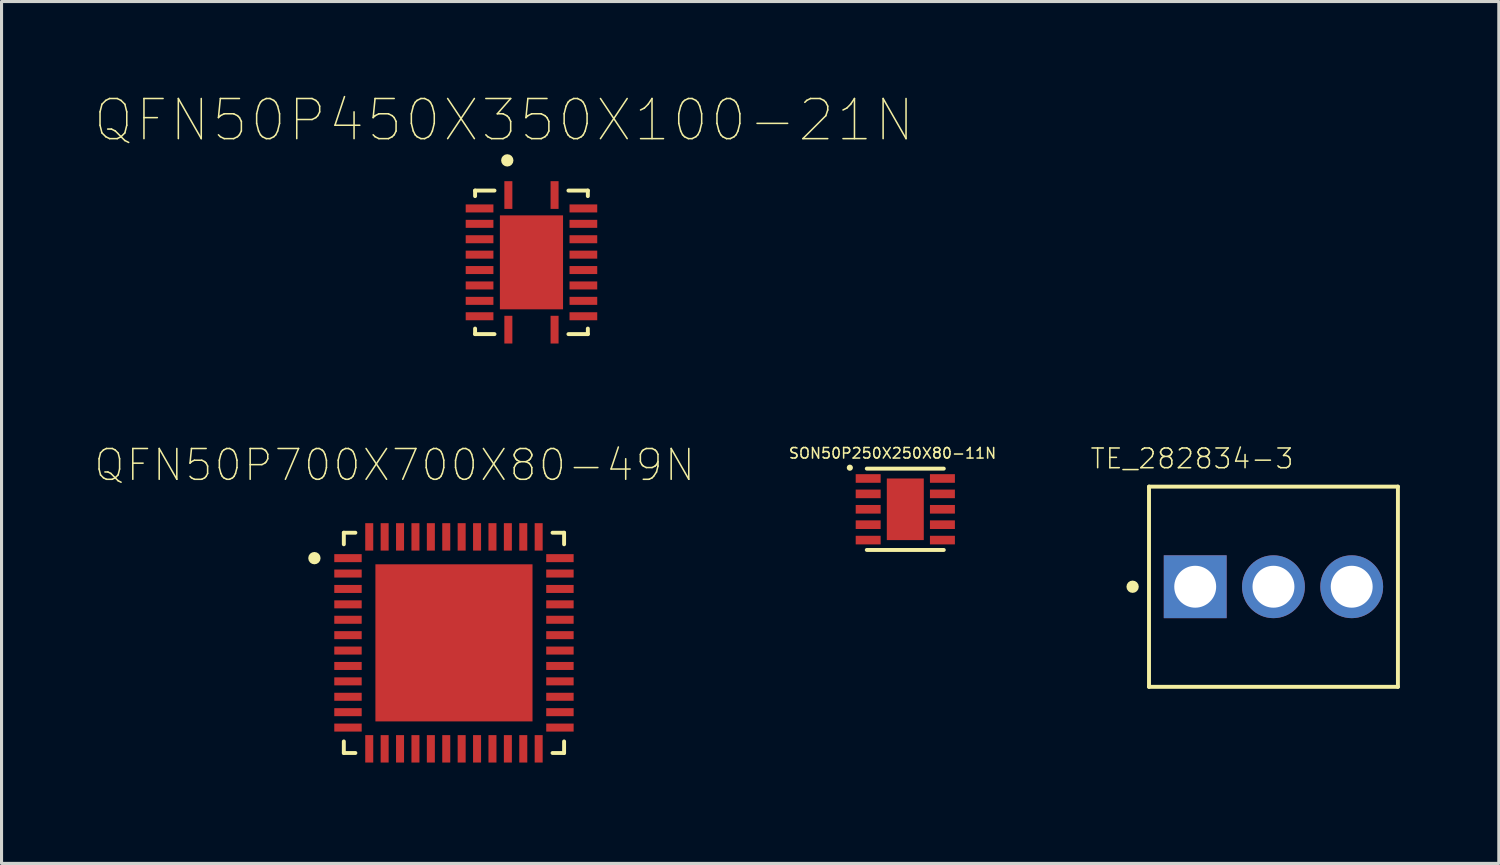
<source format=kicad_pcb>
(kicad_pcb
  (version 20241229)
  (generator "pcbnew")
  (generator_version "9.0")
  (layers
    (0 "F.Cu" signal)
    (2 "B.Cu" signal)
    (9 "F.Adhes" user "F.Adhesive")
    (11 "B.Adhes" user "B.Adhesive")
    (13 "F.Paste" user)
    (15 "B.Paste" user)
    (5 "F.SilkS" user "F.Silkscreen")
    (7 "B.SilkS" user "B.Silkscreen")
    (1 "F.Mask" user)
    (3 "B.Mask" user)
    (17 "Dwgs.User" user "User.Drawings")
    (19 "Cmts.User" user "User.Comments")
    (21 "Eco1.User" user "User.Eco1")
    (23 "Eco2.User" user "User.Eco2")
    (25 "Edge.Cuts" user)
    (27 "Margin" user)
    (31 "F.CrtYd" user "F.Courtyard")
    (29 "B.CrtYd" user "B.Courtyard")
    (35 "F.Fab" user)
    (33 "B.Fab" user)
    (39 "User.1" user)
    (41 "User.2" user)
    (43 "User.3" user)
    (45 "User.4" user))
  (footprint "QFN50P700X700X80-49N"
    (layer "F.Cu")
    (at 11.686 17.818)
    (property "Reference" "QFN50P700X700X80-49N" (at -1.925 -5.77 0) (layer "F.SilkS") (effects (font (size 1 1) (thickness 0.05))))
    (attr smd)
    (fp_line (start -3.575 -3.575) (end -3.575 -3.2) (stroke (width 0.127) (type solid)) (layer "F.SilkS"))
    (fp_line (start -3.575 -3.575) (end -3.2 -3.575) (stroke (width 0.127) (type solid)) (layer "F.SilkS"))
    (fp_line (start -3.575 3.575) (end -3.575 3.2) (stroke (width 0.127) (type solid)) (layer "F.SilkS"))
    (fp_line (start -3.575 3.575) (end -3.2 3.575) (stroke (width 0.127) (type solid)) (layer "F.SilkS"))
    (fp_line (start 3.575 -3.575) (end 3.2 -3.575) (stroke (width 0.127) (type solid)) (layer "F.SilkS"))
    (fp_line (start 3.575 -3.575) (end 3.575 -3.2) (stroke (width 0.127) (type solid)) (layer "F.SilkS"))
    (fp_line (start 3.575 3.575) (end 3.2 3.575) (stroke (width 0.127) (type solid)) (layer "F.SilkS"))
    (fp_line (start 3.575 3.575) (end 3.575 3.2) (stroke (width 0.127) (type solid)) (layer "F.SilkS"))
    (fp_circle (center -4.53 -2.75) (end -4.43 -2.75) (stroke (width 0.2) (type solid)) (fill no) (layer "F.SilkS"))
    (fp_poly (pts (xy -2.085 -2.085) (xy -0.465 -2.085) (xy -0.465 -0.465) (xy -2.085 -0.465)) (stroke (width 0) (type solid)) (fill yes) (layer "F.Paste"))
    (fp_poly (pts (xy -2.085 0.465) (xy -0.465 0.465) (xy -0.465 2.085) (xy -2.085 2.085)) (stroke (width 0) (type solid)) (fill yes) (layer "F.Paste"))
    (fp_poly (pts (xy 0.465 -2.085) (xy 2.085 -2.085) (xy 2.085 -0.465) (xy 0.465 -0.465)) (stroke (width 0) (type solid)) (fill yes) (layer "F.Paste"))
    (fp_poly (pts (xy 0.465 0.465) (xy 2.085 0.465) (xy 2.085 2.085) (xy 0.465 2.085)) (stroke (width 0) (type solid)) (fill yes) (layer "F.Paste"))
    (fp_line (start -4.135 -4.135) (end 4.135 -4.135) (stroke (width 0.05) (type solid)) (layer "Eco1.User"))
    (fp_line (start -4.135 4.135) (end -4.135 -4.135) (stroke (width 0.05) (type solid)) (layer "Eco1.User"))
    (fp_line (start -4.135 4.135) (end 4.135 4.135) (stroke (width 0.05) (type solid)) (layer "Eco1.User"))
    (fp_line (start 4.135 4.135) (end 4.135 -4.135) (stroke (width 0.05) (type solid)) (layer "Eco1.User"))
    (fp_line (start -3.575 3.575) (end -3.575 -3.575) (stroke (width 0.127) (type solid)) (layer "Eco2.User"))
    (fp_line (start 3.575 -3.575) (end -3.575 -3.575) (stroke (width 0.127) (type solid)) (layer "Eco2.User"))
    (fp_line (start 3.575 3.575) (end -3.575 3.575) (stroke (width 0.127) (type solid)) (layer "Eco2.User"))
    (fp_line (start 3.575 3.575) (end 3.575 -3.575) (stroke (width 0.127) (type solid)) (layer "Eco2.User"))
    (fp_circle (center -4.53 -2.75) (end -4.43 -2.75) (stroke (width 0.2) (type solid)) (fill no) (layer "Eco2.User"))
    (pad "1" smd rect (at -3.44 -2.75) (size 0.89 0.26) (layers "F.Cu" "F.Mask" "F.Paste"))
    (pad "2" smd rect (at -3.44 -2.25) (size 0.89 0.26) (layers "F.Cu" "F.Mask" "F.Paste"))
    (pad "3" smd rect (at -3.44 -1.75) (size 0.89 0.26) (layers "F.Cu" "F.Mask" "F.Paste"))
    (pad "4" smd rect (at -3.44 -1.25) (size 0.89 0.26) (layers "F.Cu" "F.Mask" "F.Paste"))
    (pad "5" smd rect (at -3.44 -0.75) (size 0.89 0.26) (layers "F.Cu" "F.Mask" "F.Paste"))
    (pad "6" smd rect (at -3.44 -0.25) (size 0.89 0.26) (layers "F.Cu" "F.Mask" "F.Paste"))
    (pad "7" smd rect (at -3.44 0.25) (size 0.89 0.26) (layers "F.Cu" "F.Mask" "F.Paste"))
    (pad "8" smd rect (at -3.44 0.75) (size 0.89 0.26) (layers "F.Cu" "F.Mask" "F.Paste"))
    (pad "9" smd rect (at -3.44 1.25) (size 0.89 0.26) (layers "F.Cu" "F.Mask" "F.Paste"))
    (pad "10" smd rect (at -3.44 1.75) (size 0.89 0.26) (layers "F.Cu" "F.Mask" "F.Paste"))
    (pad "11" smd rect (at -3.44 2.25) (size 0.89 0.26) (layers "F.Cu" "F.Mask" "F.Paste"))
    (pad "12" smd rect (at -3.44 2.75) (size 0.89 0.26) (layers "F.Cu" "F.Mask" "F.Paste"))
    (pad "13" smd rect (at -2.75 3.44 90) (size 0.89 0.26) (layers "F.Cu" "F.Mask" "F.Paste"))
    (pad "14" smd rect (at -2.25 3.44 90) (size 0.89 0.26) (layers "F.Cu" "F.Mask" "F.Paste"))
    (pad "15" smd rect (at -1.75 3.44 90) (size 0.89 0.26) (layers "F.Cu" "F.Mask" "F.Paste"))
    (pad "16" smd rect (at -1.25 3.44 90) (size 0.89 0.26) (layers "F.Cu" "F.Mask" "F.Paste"))
    (pad "17" smd rect (at -0.75 3.44 90) (size 0.89 0.26) (layers "F.Cu" "F.Mask" "F.Paste"))
    (pad "18" smd rect (at -0.25 3.44 90) (size 0.89 0.26) (layers "F.Cu" "F.Mask" "F.Paste"))
    (pad "19" smd rect (at 0.25 3.44 90) (size 0.89 0.26) (layers "F.Cu" "F.Mask" "F.Paste"))
    (pad "20" smd rect (at 0.75 3.44 90) (size 0.89 0.26) (layers "F.Cu" "F.Mask" "F.Paste"))
    (pad "21" smd rect (at 1.25 3.44 90) (size 0.89 0.26) (layers "F.Cu" "F.Mask" "F.Paste"))
    (pad "22" smd rect (at 1.75 3.44 90) (size 0.89 0.26) (layers "F.Cu" "F.Mask" "F.Paste"))
    (pad "23" smd rect (at 2.25 3.44 90) (size 0.89 0.26) (layers "F.Cu" "F.Mask" "F.Paste"))
    (pad "24" smd rect (at 2.75 3.44 90) (size 0.89 0.26) (layers "F.Cu" "F.Mask" "F.Paste"))
    (pad "25" smd rect (at 3.44 2.75) (size 0.89 0.26) (layers "F.Cu" "F.Mask" "F.Paste"))
    (pad "26" smd rect (at 3.44 2.25) (size 0.89 0.26) (layers "F.Cu" "F.Mask" "F.Paste"))
    (pad "27" smd rect (at 3.44 1.75) (size 0.89 0.26) (layers "F.Cu" "F.Mask" "F.Paste"))
    (pad "28" smd rect (at 3.44 1.25) (size 0.89 0.26) (layers "F.Cu" "F.Mask" "F.Paste"))
    (pad "29" smd rect (at 3.44 0.75) (size 0.89 0.26) (layers "F.Cu" "F.Mask" "F.Paste"))
    (pad "30" smd rect (at 3.44 0.25) (size 0.89 0.26) (layers "F.Cu" "F.Mask" "F.Paste"))
    (pad "31" smd rect (at 3.44 -0.25) (size 0.89 0.26) (layers "F.Cu" "F.Mask" "F.Paste"))
    (pad "32" smd rect (at 3.44 -0.75) (size 0.89 0.26) (layers "F.Cu" "F.Mask" "F.Paste"))
    (pad "33" smd rect (at 3.44 -1.25) (size 0.89 0.26) (layers "F.Cu" "F.Mask" "F.Paste"))
    (pad "34" smd rect (at 3.44 -1.75) (size 0.89 0.26) (layers "F.Cu" "F.Mask" "F.Paste"))
    (pad "35" smd rect (at 3.44 -2.25) (size 0.89 0.26) (layers "F.Cu" "F.Mask" "F.Paste"))
    (pad "36" smd rect (at 3.44 -2.75) (size 0.89 0.26) (layers "F.Cu" "F.Mask" "F.Paste"))
    (pad "37" smd rect (at 2.75 -3.44 90) (size 0.89 0.26) (layers "F.Cu" "F.Mask" "F.Paste"))
    (pad "38" smd rect (at 2.25 -3.44 90) (size 0.89 0.26) (layers "F.Cu" "F.Mask" "F.Paste"))
    (pad "39" smd rect (at 1.75 -3.44 90) (size 0.89 0.26) (layers "F.Cu" "F.Mask" "F.Paste"))
    (pad "40" smd rect (at 1.25 -3.44 90) (size 0.89 0.26) (layers "F.Cu" "F.Mask" "F.Paste"))
    (pad "41" smd rect (at 0.75 -3.44 90) (size 0.89 0.26) (layers "F.Cu" "F.Mask" "F.Paste"))
    (pad "42" smd rect (at 0.25 -3.44 90) (size 0.89 0.26) (layers "F.Cu" "F.Mask" "F.Paste"))
    (pad "43" smd rect (at -0.25 -3.44 90) (size 0.89 0.26) (layers "F.Cu" "F.Mask" "F.Paste"))
    (pad "44" smd rect (at -0.75 -3.44 90) (size 0.89 0.26) (layers "F.Cu" "F.Mask" "F.Paste"))
    (pad "45" smd rect (at -1.25 -3.44 90) (size 0.89 0.26) (layers "F.Cu" "F.Mask" "F.Paste"))
    (pad "46" smd rect (at -1.75 -3.44 90) (size 0.89 0.26) (layers "F.Cu" "F.Mask" "F.Paste"))
    (pad "47" smd rect (at -2.25 -3.44 90) (size 0.89 0.26) (layers "F.Cu" "F.Mask" "F.Paste"))
    (pad "48" smd rect (at -2.75 -3.44 90) (size 0.89 0.26) (layers "F.Cu" "F.Mask" "F.Paste"))
    (pad "49" smd rect (at 0 0) (size 5.1 5.1) (layers "F.Cu" "F.Mask" "F.Paste")))
  (footprint "TE_282834-3"
    (layer "F.Cu")
    (at 35.748 15.996)
    (property "Reference" "TE_282834-3" (at -0.104 -4.158 0) (layer "F.SilkS") (effects (font (size 0.64 0.64) (thickness 0.05))))
    (attr through_hole)
    (fp_line (start -1.5 -3.25) (end 6.58 -3.25) (stroke (width 0.127) (type solid)) (layer "F.SilkS"))
    (fp_line (start -1.5 3.25) (end -1.5 -3.25) (stroke (width 0.127) (type solid)) (layer "F.SilkS"))
    (fp_line (start 6.58 -3.25) (end 6.58 3.25) (stroke (width 0.127) (type solid)) (layer "F.SilkS"))
    (fp_line (start 6.58 3.25) (end -1.5 3.25) (stroke (width 0.127) (type solid)) (layer "F.SilkS"))
    (fp_circle (center -2.032 0) (end -1.932 0) (stroke (width 0.2) (type solid)) (fill no) (layer "F.SilkS"))
    (fp_line (start -1.75 -3.5) (end 6.83 -3.5) (stroke (width 0.05) (type solid)) (layer "Eco1.User"))
    (fp_line (start -1.75 3.5) (end -1.75 -3.5) (stroke (width 0.05) (type solid)) (layer "Eco1.User"))
    (fp_line (start 6.83 -3.5) (end 6.83 3.5) (stroke (width 0.05) (type solid)) (layer "Eco1.User"))
    (fp_line (start 6.83 3.5) (end -1.75 3.5) (stroke (width 0.05) (type solid)) (layer "Eco1.User"))
    (fp_line (start -1.5 -3.25) (end 6.58 -3.25) (stroke (width 0.127) (type solid)) (layer "Eco2.User"))
    (fp_line (start -1.5 3.25) (end -1.5 -3.25) (stroke (width 0.127) (type solid)) (layer "Eco2.User"))
    (fp_line (start 6.58 -3.25) (end 6.58 3.25) (stroke (width 0.127) (type solid)) (layer "Eco2.User"))
    (fp_line (start 6.58 3.25) (end -1.5 3.25) (stroke (width 0.127) (type solid)) (layer "Eco2.User"))
    (fp_circle (center -2.032 0) (end -1.932 0) (stroke (width 0.2) (type solid)) (fill no) (layer "Eco2.User"))
    (pad "1" thru_hole rect (at 0 0) (size 2.04 2.04) (drill 1.36) (layers "*.Cu" "*.Mask"))
    (pad "2" thru_hole circle (at 2.54 0) (size 2.04 2.04) (drill 1.36) (layers "*.Cu" "*.Mask"))
    (pad "3" thru_hole circle (at 5.08 0) (size 2.04 2.04) (drill 1.36) (layers "*.Cu" "*.Mask")))
  (footprint "QFN50P450X350X100-21N"
    (layer "F.Cu")
    (at 14.202 5.466)
    (property "Reference" "QFN50P450X350X100-21N" (at -0.892 -4.616 0) (layer "F.SilkS") (effects (font (size 1.302 1.302) (thickness 0.05))))
    (attr smd)
    (fp_line (start -1.83 -2.33) (end -1.83 -2.15) (stroke (width 0.127) (type solid)) (layer "F.SilkS"))
    (fp_line (start -1.83 2.33) (end -1.83 2.15) (stroke (width 0.127) (type solid)) (layer "F.SilkS"))
    (fp_line (start -1.2 -2.33) (end -1.83 -2.33) (stroke (width 0.127) (type solid)) (layer "F.SilkS"))
    (fp_line (start -1.2 2.33) (end -1.83 2.33) (stroke (width 0.127) (type solid)) (layer "F.SilkS"))
    (fp_line (start 1.2 -2.33) (end 1.83 -2.33) (stroke (width 0.127) (type solid)) (layer "F.SilkS"))
    (fp_line (start 1.2 2.33) (end 1.83 2.33) (stroke (width 0.127) (type solid)) (layer "F.SilkS"))
    (fp_line (start 1.83 -2.33) (end 1.83 -2.15) (stroke (width 0.127) (type solid)) (layer "F.SilkS"))
    (fp_line (start 1.83 2.33) (end 1.83 2.15) (stroke (width 0.127) (type solid)) (layer "F.SilkS"))
    (fp_circle (center -0.785 -3.31) (end -0.685 -3.31) (stroke (width 0.2) (type solid)) (fill no) (layer "F.SilkS"))
    (fp_poly (pts (xy -0.651 -0.96) (xy 0.65 -0.96) (xy 0.65 0.961) (xy -0.651 0.961)) (stroke (width 0) (type solid)) (fill yes) (layer "F.Paste"))
    (fp_line (start -2.385 -2.885) (end 2.385 -2.885) (stroke (width 0.05) (type solid)) (layer "Eco1.User"))
    (fp_line (start -2.385 2.885) (end -2.385 -2.885) (stroke (width 0.05) (type solid)) (layer "Eco1.User"))
    (fp_line (start -2.385 2.885) (end 2.385 2.885) (stroke (width 0.05) (type solid)) (layer "Eco1.User"))
    (fp_line (start 2.385 2.885) (end 2.385 -2.885) (stroke (width 0.05) (type solid)) (layer "Eco1.User"))
    (fp_line (start -1.83 2.33) (end -1.83 -2.33) (stroke (width 0.127) (type solid)) (layer "Eco2.User"))
    (fp_line (start 1.83 -2.33) (end -1.83 -2.33) (stroke (width 0.127) (type solid)) (layer "Eco2.User"))
    (fp_line (start 1.83 2.33) (end -1.83 2.33) (stroke (width 0.127) (type solid)) (layer "Eco2.User"))
    (fp_line (start 1.83 2.33) (end 1.83 -2.33) (stroke (width 0.127) (type solid)) (layer "Eco2.User"))
    (fp_circle (center -0.785 -1.91) (end -0.685 -1.91) (stroke (width 0.2) (type solid)) (fill no) (layer "Eco2.User"))
    (pad "1" smd rect (at -0.75 -2.185 270) (size 0.9 0.26) (layers "F.Cu" "F.Mask" "F.Paste"))
    (pad "2" smd rect (at -1.685 -1.75) (size 0.9 0.26) (layers "F.Cu" "F.Mask" "F.Paste"))
    (pad "3" smd rect (at -1.685 -1.25) (size 0.9 0.26) (layers "F.Cu" "F.Mask" "F.Paste"))
    (pad "4" smd rect (at -1.685 -0.75) (size 0.9 0.26) (layers "F.Cu" "F.Mask" "F.Paste"))
    (pad "5" smd rect (at -1.685 -0.25) (size 0.9 0.26) (layers "F.Cu" "F.Mask" "F.Paste"))
    (pad "6" smd rect (at -1.685 0.25) (size 0.9 0.26) (layers "F.Cu" "F.Mask" "F.Paste"))
    (pad "7" smd rect (at -1.685 0.75) (size 0.9 0.26) (layers "F.Cu" "F.Mask" "F.Paste"))
    (pad "8" smd rect (at -1.685 1.25) (size 0.9 0.26) (layers "F.Cu" "F.Mask" "F.Paste"))
    (pad "9" smd rect (at -1.685 1.75) (size 0.9 0.26) (layers "F.Cu" "F.Mask" "F.Paste"))
    (pad "10" smd rect (at -0.75 2.185 90) (size 0.9 0.26) (layers "F.Cu" "F.Mask" "F.Paste"))
    (pad "11" smd rect (at 0.75 2.185 270) (size 0.9 0.26) (layers "F.Cu" "F.Mask" "F.Paste"))
    (pad "12" smd rect (at 1.685 1.75) (size 0.9 0.26) (layers "F.Cu" "F.Mask" "F.Paste"))
    (pad "13" smd rect (at 1.685 1.25) (size 0.9 0.26) (layers "F.Cu" "F.Mask" "F.Paste"))
    (pad "14" smd rect (at 1.685 0.75) (size 0.9 0.26) (layers "F.Cu" "F.Mask" "F.Paste"))
    (pad "15" smd rect (at 1.685 0.25) (size 0.9 0.26) (layers "F.Cu" "F.Mask" "F.Paste"))
    (pad "16" smd rect (at 1.685 -0.25) (size 0.9 0.26) (layers "F.Cu" "F.Mask" "F.Paste"))
    (pad "17" smd rect (at 1.685 -0.75) (size 0.9 0.26) (layers "F.Cu" "F.Mask" "F.Paste"))
    (pad "18" smd rect (at 1.685 -1.25) (size 0.9 0.26) (layers "F.Cu" "F.Mask" "F.Paste"))
    (pad "19" smd rect (at 1.685 -1.75) (size 0.9 0.26) (layers "F.Cu" "F.Mask" "F.Paste"))
    (pad "20" smd rect (at 0.75 -2.185 90) (size 0.9 0.26) (layers "F.Cu" "F.Mask" "F.Paste"))
    (pad "21" smd rect (at 0 0) (size 2.05 3.05) (layers "F.Cu" "F.Mask" "F.Paste")))
  (footprint "SON50P250X250X80-11N"
    (layer "F.Cu")
    (at 26.337 13.482)
    (property "Reference" "SON50P250X250X80-11N" (at -0.414 -1.819 0) (layer "F.SilkS") (effects (font (size 0.342 0.342) (thickness 0.05))))
    (attr smd)
    (fp_line (start 1.25 -1.32) (end -1.25 -1.32) (stroke (width 0.127) (type solid)) (layer "F.SilkS"))
    (fp_line (start 1.25 1.32) (end -1.25 1.32) (stroke (width 0.127) (type solid)) (layer "F.SilkS"))
    (fp_circle (center -1.8 -1.35) (end -1.75 -1.35) (stroke (width 0.1) (type solid)) (fill no) (layer "F.SilkS"))
    (fp_poly (pts (xy -0.403 -0.635) (xy 0.38 -0.635) (xy 0.38 0.674) (xy -0.403 0.674)) (stroke (width 0) (type solid)) (fill yes) (layer "F.Paste"))
    (fp_line (start -2 -1.5) (end 2 -1.5) (stroke (width 0.05) (type solid)) (layer "Eco1.User"))
    (fp_line (start -2 1.5) (end -2 -1.5) (stroke (width 0.05) (type solid)) (layer "Eco1.User"))
    (fp_line (start 2 -1.5) (end 2 1.5) (stroke (width 0.05) (type solid)) (layer "Eco1.User"))
    (fp_line (start 2 1.5) (end -2 1.5) (stroke (width 0.05) (type solid)) (layer "Eco1.User"))
    (fp_line (start -1.25 -1.25) (end 1.25 -1.25) (stroke (width 0.127) (type solid)) (layer "Eco2.User"))
    (fp_line (start -1.25 1.25) (end -1.25 -1.25) (stroke (width 0.127) (type solid)) (layer "Eco2.User"))
    (fp_line (start 1.25 -1.25) (end 1.25 1.25) (stroke (width 0.127) (type solid)) (layer "Eco2.User"))
    (fp_line (start 1.25 1.25) (end -1.25 1.25) (stroke (width 0.127) (type solid)) (layer "Eco2.User"))
    (pad "1" smd rect (at -1.205 -1 270) (size 0.28 0.81) (layers "F.Cu" "F.Mask" "F.Paste"))
    (pad "2" smd rect (at -1.205 -0.5 270) (size 0.28 0.81) (layers "F.Cu" "F.Mask" "F.Paste"))
    (pad "3" smd rect (at -1.205 0 270) (size 0.28 0.81) (layers "F.Cu" "F.Mask" "F.Paste"))
    (pad "4" smd rect (at -1.205 0.5 270) (size 0.28 0.81) (layers "F.Cu" "F.Mask" "F.Paste"))
    (pad "5" smd rect (at -1.205 1 270) (size 0.28 0.81) (layers "F.Cu" "F.Mask" "F.Paste"))
    (pad "6" smd rect (at 1.205 1 270) (size 0.28 0.81) (layers "F.Cu" "F.Mask" "F.Paste"))
    (pad "7" smd rect (at 1.205 0.5 270) (size 0.28 0.81) (layers "F.Cu" "F.Mask" "F.Paste"))
    (pad "8" smd rect (at 1.205 0 270) (size 0.28 0.81) (layers "F.Cu" "F.Mask" "F.Paste"))
    (pad "9" smd rect (at 1.205 -0.5 270) (size 0.28 0.81) (layers "F.Cu" "F.Mask" "F.Paste"))
    (pad "10" smd rect (at 1.205 -1 270) (size 0.28 0.81) (layers "F.Cu" "F.Mask" "F.Paste"))
    (pad "11" smd rect (at 0 0 270) (size 2 1.2) (layers "F.Cu" "F.Mask" "F.Paste")))
  (gr_rect
    (start -3 -3)
    (end 45.603 24.978)
    (stroke (width 0.1) (type default))
    (fill no)
    (layer "Edge.Cuts")))
</source>
